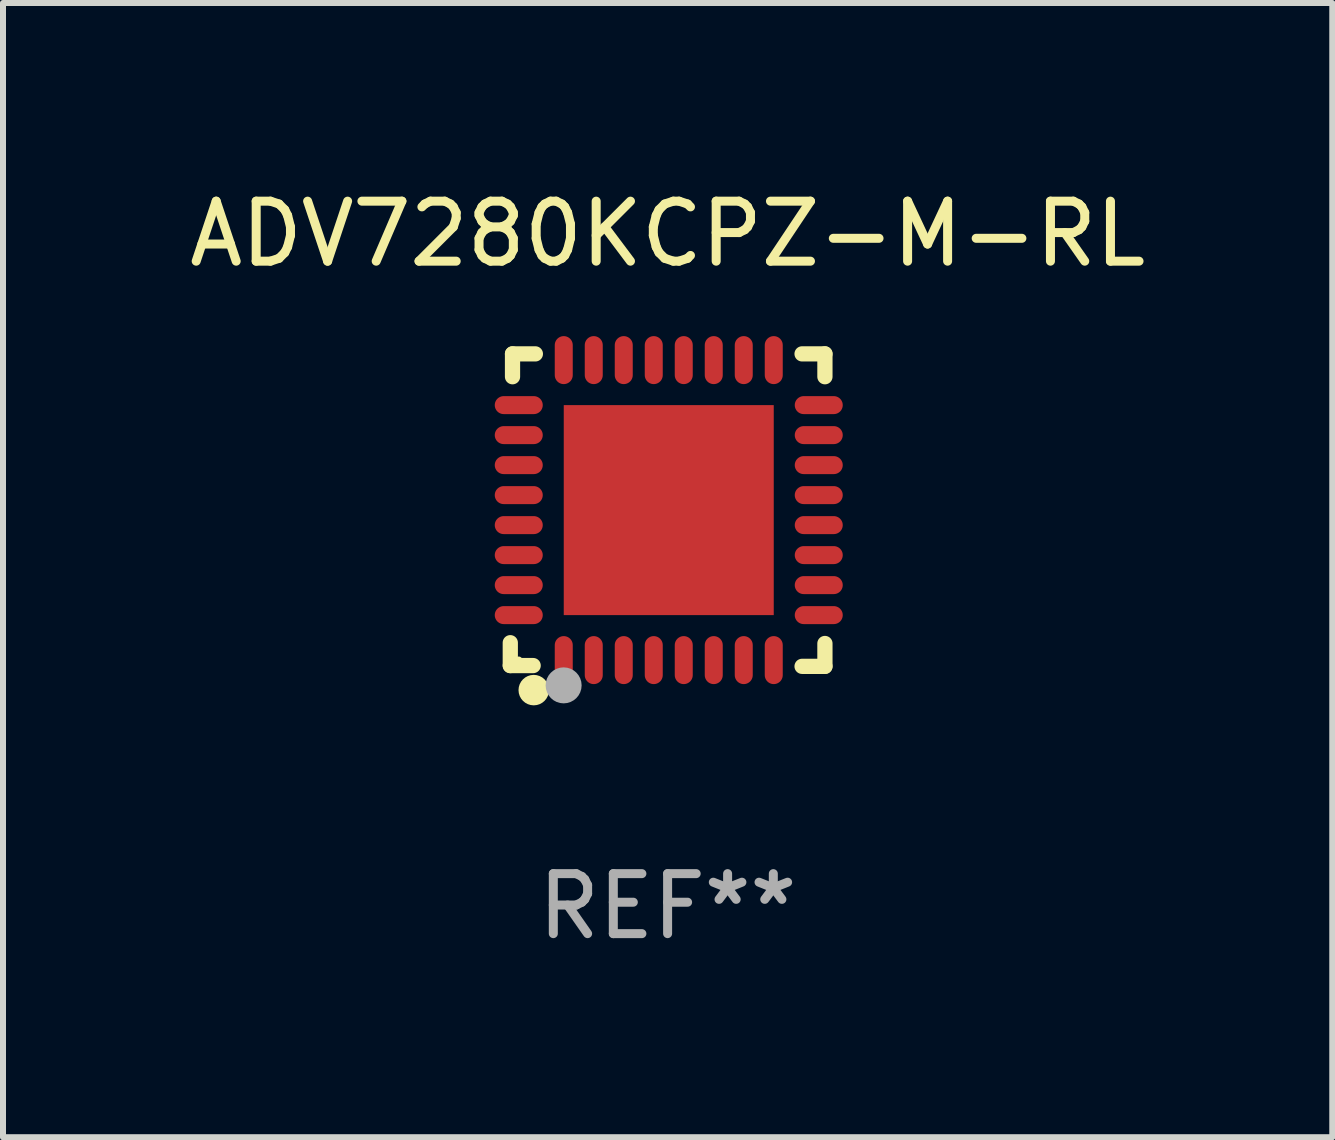
<source format=kicad_pcb>
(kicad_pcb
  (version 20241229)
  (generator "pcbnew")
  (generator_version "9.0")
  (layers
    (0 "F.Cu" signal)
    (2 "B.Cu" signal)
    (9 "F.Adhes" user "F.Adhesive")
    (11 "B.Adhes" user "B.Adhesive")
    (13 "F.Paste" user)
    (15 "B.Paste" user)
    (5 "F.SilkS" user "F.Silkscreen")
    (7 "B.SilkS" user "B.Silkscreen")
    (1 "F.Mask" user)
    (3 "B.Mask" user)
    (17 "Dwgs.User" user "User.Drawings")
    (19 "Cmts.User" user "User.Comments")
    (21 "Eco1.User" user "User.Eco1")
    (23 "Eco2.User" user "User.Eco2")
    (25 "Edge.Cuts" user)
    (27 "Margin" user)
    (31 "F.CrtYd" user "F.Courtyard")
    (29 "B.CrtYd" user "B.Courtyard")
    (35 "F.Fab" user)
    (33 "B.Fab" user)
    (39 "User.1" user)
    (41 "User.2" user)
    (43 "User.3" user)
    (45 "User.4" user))
  (footprint "ADV7280KCPZ-M-RL"
    (layer "F.Cu")
    (at 8.077 5.452)
    (property "Reference" "ADV7280KCPZ-M-RL" (at 0 -4.604 0) (layer "F.SilkS") (effects (font (size 1 1) (thickness 0.15))))
    (attr through_hole)
    (fp_line (start -2.622 2.21) (end -2.622 2.591) (stroke (width 0.254) (type solid)) (layer "F.SilkS"))
    (fp_line (start -2.622 2.591) (end -2.241 2.591) (stroke (width 0.254) (type solid)) (layer "F.SilkS"))
    (fp_line (start -2.585 -2.604) (end -2.585 -2.223) (stroke (width 0.254) (type solid)) (layer "F.SilkS"))
    (fp_line (start -2.204 -2.604) (end -2.585 -2.604) (stroke (width 0.254) (type solid)) (layer "F.SilkS"))
    (fp_line (start 2.241 2.604) (end 2.622 2.604) (stroke (width 0.254) (type solid)) (layer "F.SilkS"))
    (fp_line (start 2.622 -2.604) (end 2.241 -2.604) (stroke (width 0.254) (type solid)) (layer "F.SilkS"))
    (fp_line (start 2.622 -2.223) (end 2.622 -2.604) (stroke (width 0.254) (type solid)) (layer "F.SilkS"))
    (fp_line (start 2.622 2.604) (end 2.622 2.223) (stroke (width 0.254) (type solid)) (layer "F.SilkS"))
    (fp_circle (center -2.481 2.5) (end -2.451 2.5) (stroke (width 0.06) (type solid)) (fill no) (layer "F.SilkS"))
    (fp_circle (center -2.231 3) (end -2.104 3) (stroke (width 0.254) (type solid)) (fill no) (layer "F.SilkS"))
    (fp_circle (center -1.733 2.921) (end -1.583 2.921) (stroke (width 0.3) (type solid)) (fill no) (layer "F.Fab"))
    (fp_text user "REF**" (at 0 6.604 0) (layer "F.Fab") (effects (font (size 1 1) (thickness 0.15))))
    (pad "1" smd oval (at -1.731 2.5 90) (size 0.8 0.3) (layers "F.Cu" "F.Mask" "F.Paste"))
    (pad "2" smd oval (at -1.231 2.5 90) (size 0.8 0.3) (layers "F.Cu" "F.Mask" "F.Paste"))
    (pad "3" smd oval (at -0.731 2.5 90) (size 0.8 0.3) (layers "F.Cu" "F.Mask" "F.Paste"))
    (pad "4" smd oval (at -0.231 2.5 90) (size 0.8 0.3) (layers "F.Cu" "F.Mask" "F.Paste"))
    (pad "5" smd oval (at 0.269 2.5 90) (size 0.8 0.3) (layers "F.Cu" "F.Mask" "F.Paste"))
    (pad "6" smd oval (at 0.769 2.5 90) (size 0.8 0.3) (layers "F.Cu" "F.Mask" "F.Paste"))
    (pad "7" smd oval (at 1.269 2.5 90) (size 0.8 0.3) (layers "F.Cu" "F.Mask" "F.Paste"))
    (pad "8" smd oval (at 1.769 2.5 90) (size 0.8 0.3) (layers "F.Cu" "F.Mask" "F.Paste"))
    (pad "9" smd oval (at 2.519 1.75 180) (size 0.8 0.3) (layers "F.Cu" "F.Mask" "F.Paste"))
    (pad "10" smd oval (at 2.519 1.25 180) (size 0.8 0.3) (layers "F.Cu" "F.Mask" "F.Paste"))
    (pad "11" smd oval (at 2.519 0.75 180) (size 0.8 0.3) (layers "F.Cu" "F.Mask" "F.Paste"))
    (pad "12" smd oval (at 2.519 0.25 180) (size 0.8 0.3) (layers "F.Cu" "F.Mask" "F.Paste"))
    (pad "13" smd oval (at 2.519 -0.25 180) (size 0.8 0.3) (layers "F.Cu" "F.Mask" "F.Paste"))
    (pad "14" smd oval (at 2.519 -0.75 180) (size 0.8 0.3) (layers "F.Cu" "F.Mask" "F.Paste"))
    (pad "15" smd oval (at 2.519 -1.25 180) (size 0.8 0.3) (layers "F.Cu" "F.Mask" "F.Paste"))
    (pad "16" smd oval (at 2.519 -1.75 180) (size 0.8 0.3) (layers "F.Cu" "F.Mask" "F.Paste"))
    (pad "17" smd oval (at 1.769 -2.5 270) (size 0.8 0.3) (layers "F.Cu" "F.Mask" "F.Paste"))
    (pad "18" smd oval (at 1.269 -2.5 270) (size 0.8 0.3) (layers "F.Cu" "F.Mask" "F.Paste"))
    (pad "19" smd oval (at 0.769 -2.5 270) (size 0.8 0.3) (layers "F.Cu" "F.Mask" "F.Paste"))
    (pad "20" smd oval (at 0.269 -2.5 270) (size 0.8 0.3) (layers "F.Cu" "F.Mask" "F.Paste"))
    (pad "21" smd oval (at -0.231 -2.5 270) (size 0.8 0.3) (layers "F.Cu" "F.Mask" "F.Paste"))
    (pad "22" smd oval (at -0.731 -2.5 270) (size 0.8 0.3) (layers "F.Cu" "F.Mask" "F.Paste"))
    (pad "23" smd oval (at -1.231 -2.5 270) (size 0.8 0.3) (layers "F.Cu" "F.Mask" "F.Paste"))
    (pad "24" smd oval (at -1.731 -2.5 270) (size 0.8 0.3) (layers "F.Cu" "F.Mask" "F.Paste"))
    (pad "25" smd oval (at -2.481 -1.75) (size 0.8 0.3) (layers "F.Cu" "F.Mask" "F.Paste"))
    (pad "26" smd oval (at -2.481 -1.25) (size 0.8 0.3) (layers "F.Cu" "F.Mask" "F.Paste"))
    (pad "27" smd oval (at -2.481 -0.75) (size 0.8 0.3) (layers "F.Cu" "F.Mask" "F.Paste"))
    (pad "28" smd oval (at -2.481 -0.25) (size 0.8 0.3) (layers "F.Cu" "F.Mask" "F.Paste"))
    (pad "29" smd oval (at -2.481 0.25) (size 0.8 0.3) (layers "F.Cu" "F.Mask" "F.Paste"))
    (pad "30" smd oval (at -2.481 0.75) (size 0.8 0.3) (layers "F.Cu" "F.Mask" "F.Paste"))
    (pad "31" smd oval (at -2.481 1.25) (size 0.8 0.3) (layers "F.Cu" "F.Mask" "F.Paste"))
    (pad "32" smd oval (at -2.481 1.75) (size 0.8 0.3) (layers "F.Cu" "F.Mask" "F.Paste"))
    (pad "33" smd rect (at 0.019 -0.000025 90) (size 3.5 3.5) (layers "F.Cu" "F.Mask" "F.Paste")))
  (gr_rect
    (start -3 -3)
    (end 19.155 15.904)
    (stroke (width 0.1) (type default))
    (fill no)
    (layer "Edge.Cuts")))
</source>
